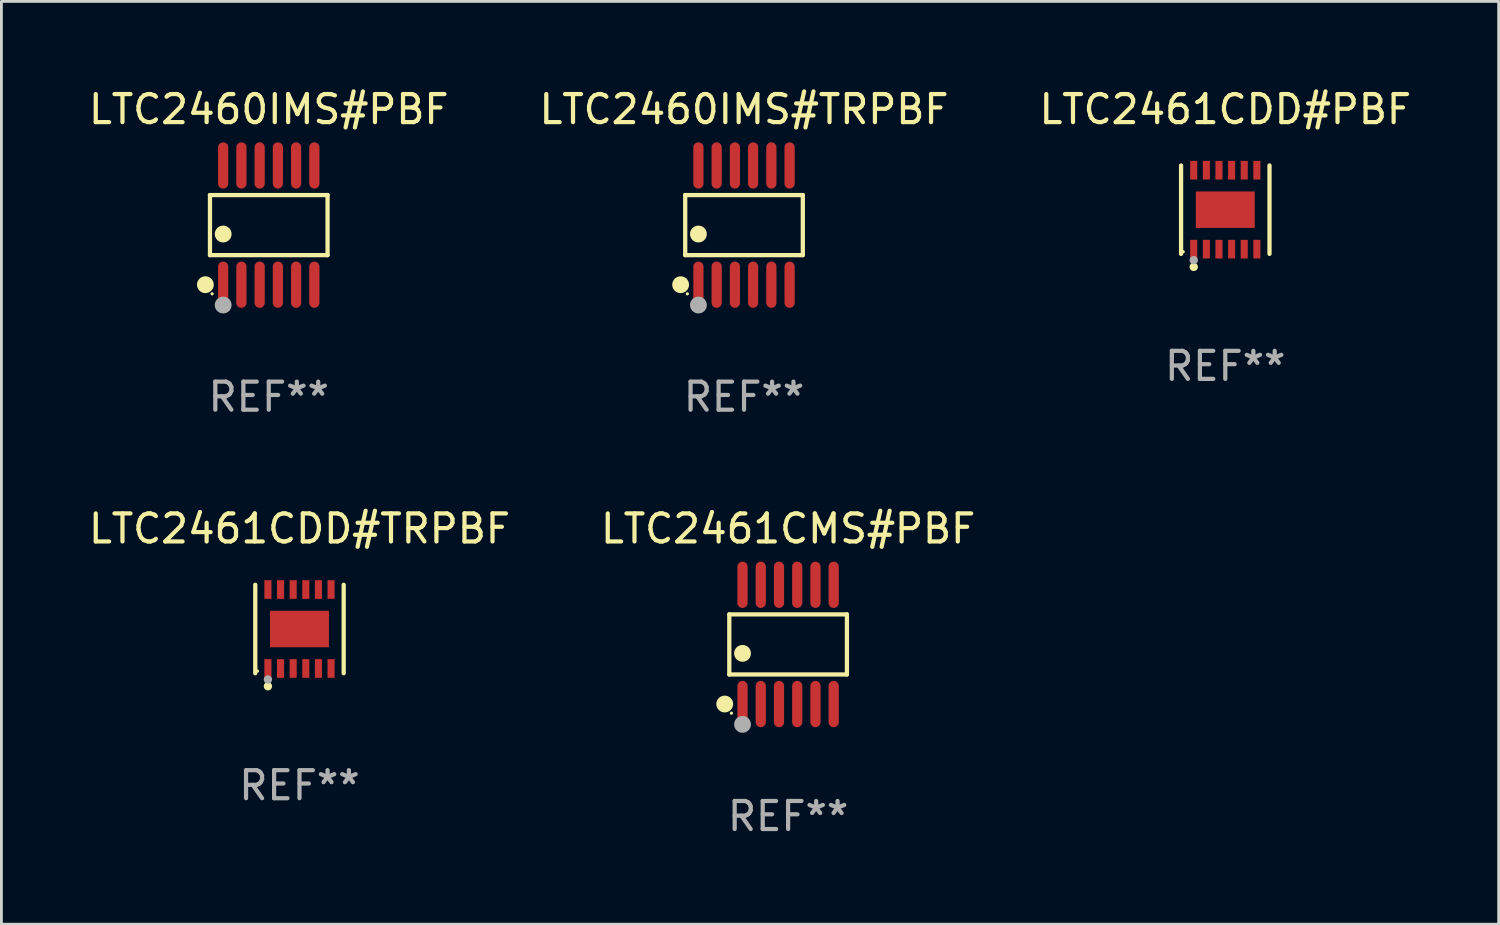
<source format=kicad_pcb>
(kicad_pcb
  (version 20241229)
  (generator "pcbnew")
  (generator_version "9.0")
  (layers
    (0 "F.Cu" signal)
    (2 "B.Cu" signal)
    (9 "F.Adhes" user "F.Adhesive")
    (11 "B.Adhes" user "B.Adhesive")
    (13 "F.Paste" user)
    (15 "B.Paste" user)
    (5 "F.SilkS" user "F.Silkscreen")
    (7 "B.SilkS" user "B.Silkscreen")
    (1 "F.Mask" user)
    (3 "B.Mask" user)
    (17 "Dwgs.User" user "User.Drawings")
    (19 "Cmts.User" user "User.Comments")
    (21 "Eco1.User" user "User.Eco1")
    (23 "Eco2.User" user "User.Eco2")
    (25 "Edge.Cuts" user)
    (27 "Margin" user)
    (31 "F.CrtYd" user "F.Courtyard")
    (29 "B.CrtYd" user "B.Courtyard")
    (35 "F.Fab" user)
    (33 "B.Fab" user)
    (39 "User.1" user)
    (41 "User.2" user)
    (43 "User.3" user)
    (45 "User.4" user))
  (footprint "LTC2461CDD#TRPBF"
    (layer "F.Cu")
    (at 7.625 19.371)
    (property "Reference" "LTC2461CDD#TRPBF" (at 0 -3.576 0) (layer "F.SilkS") (effects (font (size 1 1) (thickness 0.15))))
    (attr through_hole)
    (fp_line (start -1.576 1.576) (end -1.576 -1.576) (stroke (width 0.152) (type solid)) (layer "F.SilkS"))
    (fp_line (start 1.576 1.576) (end 1.576 -1.576) (stroke (width 0.152) (type solid)) (layer "F.SilkS"))
    (fp_circle (center -1.5 1.5) (end -1.47 1.5) (stroke (width 0.06) (type solid)) (fill no) (layer "F.SilkS"))
    (fp_circle (center -1.125 2.04) (end -1.05 2.04) (stroke (width 0.15) (type solid)) (fill no) (layer "F.SilkS"))
    (fp_circle (center -1.125 1.8) (end -1.05 1.8) (stroke (width 0.15) (type solid)) (fill no) (layer "F.Fab"))
    (fp_text user "REF**" (at 0 5.576 0) (layer "F.Fab") (effects (font (size 1 1) (thickness 0.15))))
    (pad "1" smd rect (at -1.125 1.407) (size 0.252 0.665) (layers "F.Cu" "F.Mask" "F.Paste"))
    (pad "2" smd rect (at -0.675 1.407) (size 0.252 0.665) (layers "F.Cu" "F.Mask" "F.Paste"))
    (pad "3" smd rect (at -0.225 1.407) (size 0.252 0.665) (layers "F.Cu" "F.Mask" "F.Paste"))
    (pad "4" smd rect (at 0.225 1.407) (size 0.252 0.665) (layers "F.Cu" "F.Mask" "F.Paste"))
    (pad "5" smd rect (at 0.675 1.407) (size 0.252 0.665) (layers "F.Cu" "F.Mask" "F.Paste"))
    (pad "6" smd rect (at 1.125 1.407) (size 0.252 0.665) (layers "F.Cu" "F.Mask" "F.Paste"))
    (pad "7" smd rect (at 1.125 -1.407) (size 0.252 0.665) (layers "F.Cu" "F.Mask" "F.Paste"))
    (pad "8" smd rect (at 0.675 -1.407) (size 0.252 0.665) (layers "F.Cu" "F.Mask" "F.Paste"))
    (pad "9" smd rect (at 0.225 -1.407) (size 0.252 0.665) (layers "F.Cu" "F.Mask" "F.Paste"))
    (pad "10" smd rect (at -0.225 -1.407) (size 0.252 0.665) (layers "F.Cu" "F.Mask" "F.Paste"))
    (pad "11" smd rect (at -0.675 -1.407) (size 0.252 0.665) (layers "F.Cu" "F.Mask" "F.Paste"))
    (pad "12" smd rect (at -1.125 -1.407) (size 0.252 0.665) (layers "F.Cu" "F.Mask" "F.Paste"))
    (pad "13" smd rect (at 0 0) (size 2.1 1.3) (layers "F.Cu" "F.Mask" "F.Paste")))
  (footprint "LTC2460IMS#TRPBF"
    (layer "F.Cu")
    (at 23.47 4.973)
    (property "Reference" "LTC2460IMS#TRPBF" (at 0 -4.125 0) (layer "F.SilkS") (effects (font (size 1 1) (thickness 0.15))))
    (attr through_hole)
    (fp_line (start -2.096 -1.071) (end 2.096 -1.071) (stroke (width 0.152) (type solid)) (layer "F.SilkS"))
    (fp_line (start -2.096 1.071) (end -2.096 -1.071) (stroke (width 0.152) (type solid)) (layer "F.SilkS"))
    (fp_line (start 2.096 -1.071) (end 2.096 1.071) (stroke (width 0.152) (type solid)) (layer "F.SilkS"))
    (fp_line (start 2.096 1.071) (end -2.096 1.071) (stroke (width 0.152) (type solid)) (layer "F.SilkS"))
    (fp_circle (center -2.259 2.125) (end -2.109 2.125) (stroke (width 0.3) (type solid)) (fill no) (layer "F.SilkS"))
    (fp_circle (center -2.02 2.45) (end -1.99 2.45) (stroke (width 0.06) (type solid)) (fill no) (layer "F.SilkS"))
    (fp_circle (center -1.625 0.319) (end -1.475 0.319) (stroke (width 0.3) (type solid)) (fill no) (layer "F.SilkS"))
    (fp_circle (center -1.625 2.85) (end -1.475 2.85) (stroke (width 0.3) (type solid)) (fill no) (layer "F.Fab"))
    (fp_text user "REF**" (at 0 6.125 0) (layer "F.Fab") (effects (font (size 1 1) (thickness 0.15))))
    (pad "1" smd oval (at -1.625 2.125) (size 0.364 1.65) (layers "F.Cu" "F.Mask" "F.Paste"))
    (pad "2" smd oval (at -0.975 2.125) (size 0.364 1.65) (layers "F.Cu" "F.Mask" "F.Paste"))
    (pad "3" smd oval (at -0.325 2.125) (size 0.364 1.65) (layers "F.Cu" "F.Mask" "F.Paste"))
    (pad "4" smd oval (at 0.325 2.125) (size 0.364 1.65) (layers "F.Cu" "F.Mask" "F.Paste"))
    (pad "5" smd oval (at 0.975 2.125) (size 0.364 1.65) (layers "F.Cu" "F.Mask" "F.Paste"))
    (pad "6" smd oval (at 1.625 2.125) (size 0.364 1.65) (layers "F.Cu" "F.Mask" "F.Paste"))
    (pad "7" smd oval (at 1.625 -2.125) (size 0.364 1.65) (layers "F.Cu" "F.Mask" "F.Paste"))
    (pad "8" smd oval (at 0.975 -2.125) (size 0.364 1.65) (layers "F.Cu" "F.Mask" "F.Paste"))
    (pad "9" smd oval (at 0.325 -2.125) (size 0.364 1.65) (layers "F.Cu" "F.Mask" "F.Paste"))
    (pad "10" smd oval (at -0.325 -2.125) (size 0.364 1.65) (layers "F.Cu" "F.Mask" "F.Paste"))
    (pad "11" smd oval (at -0.975 -2.125) (size 0.364 1.65) (layers "F.Cu" "F.Mask" "F.Paste"))
    (pad "12" smd oval (at -1.625 -2.125) (size 0.364 1.65) (layers "F.Cu" "F.Mask" "F.Paste")))
  (footprint "LTC2461CDD#PBF"
    (layer "F.Cu")
    (at 40.625 4.424)
    (property "Reference" "LTC2461CDD#PBF" (at 0 -3.576 0) (layer "F.SilkS") (effects (font (size 1 1) (thickness 0.15))))
    (attr through_hole)
    (fp_line (start -1.576 1.576) (end -1.576 -1.576) (stroke (width 0.152) (type solid)) (layer "F.SilkS"))
    (fp_line (start 1.576 1.576) (end 1.576 -1.576) (stroke (width 0.152) (type solid)) (layer "F.SilkS"))
    (fp_circle (center -1.5 1.5) (end -1.47 1.5) (stroke (width 0.06) (type solid)) (fill no) (layer "F.SilkS"))
    (fp_circle (center -1.125 2.04) (end -1.05 2.04) (stroke (width 0.15) (type solid)) (fill no) (layer "F.SilkS"))
    (fp_circle (center -1.125 1.8) (end -1.05 1.8) (stroke (width 0.15) (type solid)) (fill no) (layer "F.Fab"))
    (fp_text user "REF**" (at 0 5.576 0) (layer "F.Fab") (effects (font (size 1 1) (thickness 0.15))))
    (pad "1" smd rect (at -1.125 1.407) (size 0.252 0.665) (layers "F.Cu" "F.Mask" "F.Paste"))
    (pad "2" smd rect (at -0.675 1.407) (size 0.252 0.665) (layers "F.Cu" "F.Mask" "F.Paste"))
    (pad "3" smd rect (at -0.225 1.407) (size 0.252 0.665) (layers "F.Cu" "F.Mask" "F.Paste"))
    (pad "4" smd rect (at 0.225 1.407) (size 0.252 0.665) (layers "F.Cu" "F.Mask" "F.Paste"))
    (pad "5" smd rect (at 0.675 1.407) (size 0.252 0.665) (layers "F.Cu" "F.Mask" "F.Paste"))
    (pad "6" smd rect (at 1.125 1.407) (size 0.252 0.665) (layers "F.Cu" "F.Mask" "F.Paste"))
    (pad "7" smd rect (at 1.125 -1.407) (size 0.252 0.665) (layers "F.Cu" "F.Mask" "F.Paste"))
    (pad "8" smd rect (at 0.675 -1.407) (size 0.252 0.665) (layers "F.Cu" "F.Mask" "F.Paste"))
    (pad "9" smd rect (at 0.225 -1.407) (size 0.252 0.665) (layers "F.Cu" "F.Mask" "F.Paste"))
    (pad "10" smd rect (at -0.225 -1.407) (size 0.252 0.665) (layers "F.Cu" "F.Mask" "F.Paste"))
    (pad "11" smd rect (at -0.675 -1.407) (size 0.252 0.665) (layers "F.Cu" "F.Mask" "F.Paste"))
    (pad "12" smd rect (at -1.125 -1.407) (size 0.252 0.665) (layers "F.Cu" "F.Mask" "F.Paste"))
    (pad "13" smd rect (at 0 0) (size 2.1 1.3) (layers "F.Cu" "F.Mask" "F.Paste")))
  (footprint "LTC2460IMS#PBF"
    (layer "F.Cu")
    (at 6.53 4.973)
    (property "Reference" "LTC2460IMS#PBF" (at 0 -4.125 0) (layer "F.SilkS") (effects (font (size 1 1) (thickness 0.15))))
    (attr through_hole)
    (fp_line (start -2.096 -1.071) (end 2.096 -1.071) (stroke (width 0.152) (type solid)) (layer "F.SilkS"))
    (fp_line (start -2.096 1.071) (end -2.096 -1.071) (stroke (width 0.152) (type solid)) (layer "F.SilkS"))
    (fp_line (start 2.096 -1.071) (end 2.096 1.071) (stroke (width 0.152) (type solid)) (layer "F.SilkS"))
    (fp_line (start 2.096 1.071) (end -2.096 1.071) (stroke (width 0.152) (type solid)) (layer "F.SilkS"))
    (fp_circle (center -2.259 2.125) (end -2.109 2.125) (stroke (width 0.3) (type solid)) (fill no) (layer "F.SilkS"))
    (fp_circle (center -2.02 2.45) (end -1.99 2.45) (stroke (width 0.06) (type solid)) (fill no) (layer "F.SilkS"))
    (fp_circle (center -1.625 0.319) (end -1.475 0.319) (stroke (width 0.3) (type solid)) (fill no) (layer "F.SilkS"))
    (fp_circle (center -1.625 2.85) (end -1.475 2.85) (stroke (width 0.3) (type solid)) (fill no) (layer "F.Fab"))
    (fp_text user "REF**" (at 0 6.125 0) (layer "F.Fab") (effects (font (size 1 1) (thickness 0.15))))
    (pad "1" smd oval (at -1.625 2.125) (size 0.364 1.65) (layers "F.Cu" "F.Mask" "F.Paste"))
    (pad "2" smd oval (at -0.975 2.125) (size 0.364 1.65) (layers "F.Cu" "F.Mask" "F.Paste"))
    (pad "3" smd oval (at -0.325 2.125) (size 0.364 1.65) (layers "F.Cu" "F.Mask" "F.Paste"))
    (pad "4" smd oval (at 0.325 2.125) (size 0.364 1.65) (layers "F.Cu" "F.Mask" "F.Paste"))
    (pad "5" smd oval (at 0.975 2.125) (size 0.364 1.65) (layers "F.Cu" "F.Mask" "F.Paste"))
    (pad "6" smd oval (at 1.625 2.125) (size 0.364 1.65) (layers "F.Cu" "F.Mask" "F.Paste"))
    (pad "7" smd oval (at 1.625 -2.125) (size 0.364 1.65) (layers "F.Cu" "F.Mask" "F.Paste"))
    (pad "8" smd oval (at 0.975 -2.125) (size 0.364 1.65) (layers "F.Cu" "F.Mask" "F.Paste"))
    (pad "9" smd oval (at 0.325 -2.125) (size 0.364 1.65) (layers "F.Cu" "F.Mask" "F.Paste"))
    (pad "10" smd oval (at -0.325 -2.125) (size 0.364 1.65) (layers "F.Cu" "F.Mask" "F.Paste"))
    (pad "11" smd oval (at -0.975 -2.125) (size 0.364 1.65) (layers "F.Cu" "F.Mask" "F.Paste"))
    (pad "12" smd oval (at -1.625 -2.125) (size 0.364 1.65) (layers "F.Cu" "F.Mask" "F.Paste")))
  (footprint "LTC2461CMS#PBF"
    (layer "F.Cu")
    (at 25.042 19.92)
    (property "Reference" "LTC2461CMS#PBF" (at 0 -4.125 0) (layer "F.SilkS") (effects (font (size 1 1) (thickness 0.15))))
    (attr through_hole)
    (fp_line (start -2.096 -1.071) (end 2.096 -1.071) (stroke (width 0.152) (type solid)) (layer "F.SilkS"))
    (fp_line (start -2.096 1.071) (end -2.096 -1.071) (stroke (width 0.152) (type solid)) (layer "F.SilkS"))
    (fp_line (start 2.096 -1.071) (end 2.096 1.071) (stroke (width 0.152) (type solid)) (layer "F.SilkS"))
    (fp_line (start 2.096 1.071) (end -2.096 1.071) (stroke (width 0.152) (type solid)) (layer "F.SilkS"))
    (fp_circle (center -2.259 2.125) (end -2.109 2.125) (stroke (width 0.3) (type solid)) (fill no) (layer "F.SilkS"))
    (fp_circle (center -2.02 2.45) (end -1.99 2.45) (stroke (width 0.06) (type solid)) (fill no) (layer "F.SilkS"))
    (fp_circle (center -1.625 0.319) (end -1.475 0.319) (stroke (width 0.3) (type solid)) (fill no) (layer "F.SilkS"))
    (fp_circle (center -1.625 2.85) (end -1.475 2.85) (stroke (width 0.3) (type solid)) (fill no) (layer "F.Fab"))
    (fp_text user "REF**" (at 0 6.125 0) (layer "F.Fab") (effects (font (size 1 1) (thickness 0.15))))
    (pad "1" smd oval (at -1.625 2.125) (size 0.364 1.65) (layers "F.Cu" "F.Mask" "F.Paste"))
    (pad "2" smd oval (at -0.975 2.125) (size 0.364 1.65) (layers "F.Cu" "F.Mask" "F.Paste"))
    (pad "3" smd oval (at -0.325 2.125) (size 0.364 1.65) (layers "F.Cu" "F.Mask" "F.Paste"))
    (pad "4" smd oval (at 0.325 2.125) (size 0.364 1.65) (layers "F.Cu" "F.Mask" "F.Paste"))
    (pad "5" smd oval (at 0.975 2.125) (size 0.364 1.65) (layers "F.Cu" "F.Mask" "F.Paste"))
    (pad "6" smd oval (at 1.625 2.125) (size 0.364 1.65) (layers "F.Cu" "F.Mask" "F.Paste"))
    (pad "7" smd oval (at 1.625 -2.125) (size 0.364 1.65) (layers "F.Cu" "F.Mask" "F.Paste"))
    (pad "8" smd oval (at 0.975 -2.125) (size 0.364 1.65) (layers "F.Cu" "F.Mask" "F.Paste"))
    (pad "9" smd oval (at 0.325 -2.125) (size 0.364 1.65) (layers "F.Cu" "F.Mask" "F.Paste"))
    (pad "10" smd oval (at -0.325 -2.125) (size 0.364 1.65) (layers "F.Cu" "F.Mask" "F.Paste"))
    (pad "11" smd oval (at -0.975 -2.125) (size 0.364 1.65) (layers "F.Cu" "F.Mask" "F.Paste"))
    (pad "12" smd oval (at -1.625 -2.125) (size 0.364 1.65) (layers "F.Cu" "F.Mask" "F.Paste")))
  (gr_rect
    (start -3 -3)
    (end 50.369 29.893)
    (stroke (width 0.1) (type default))
    (fill no)
    (layer "Edge.Cuts")))
</source>
